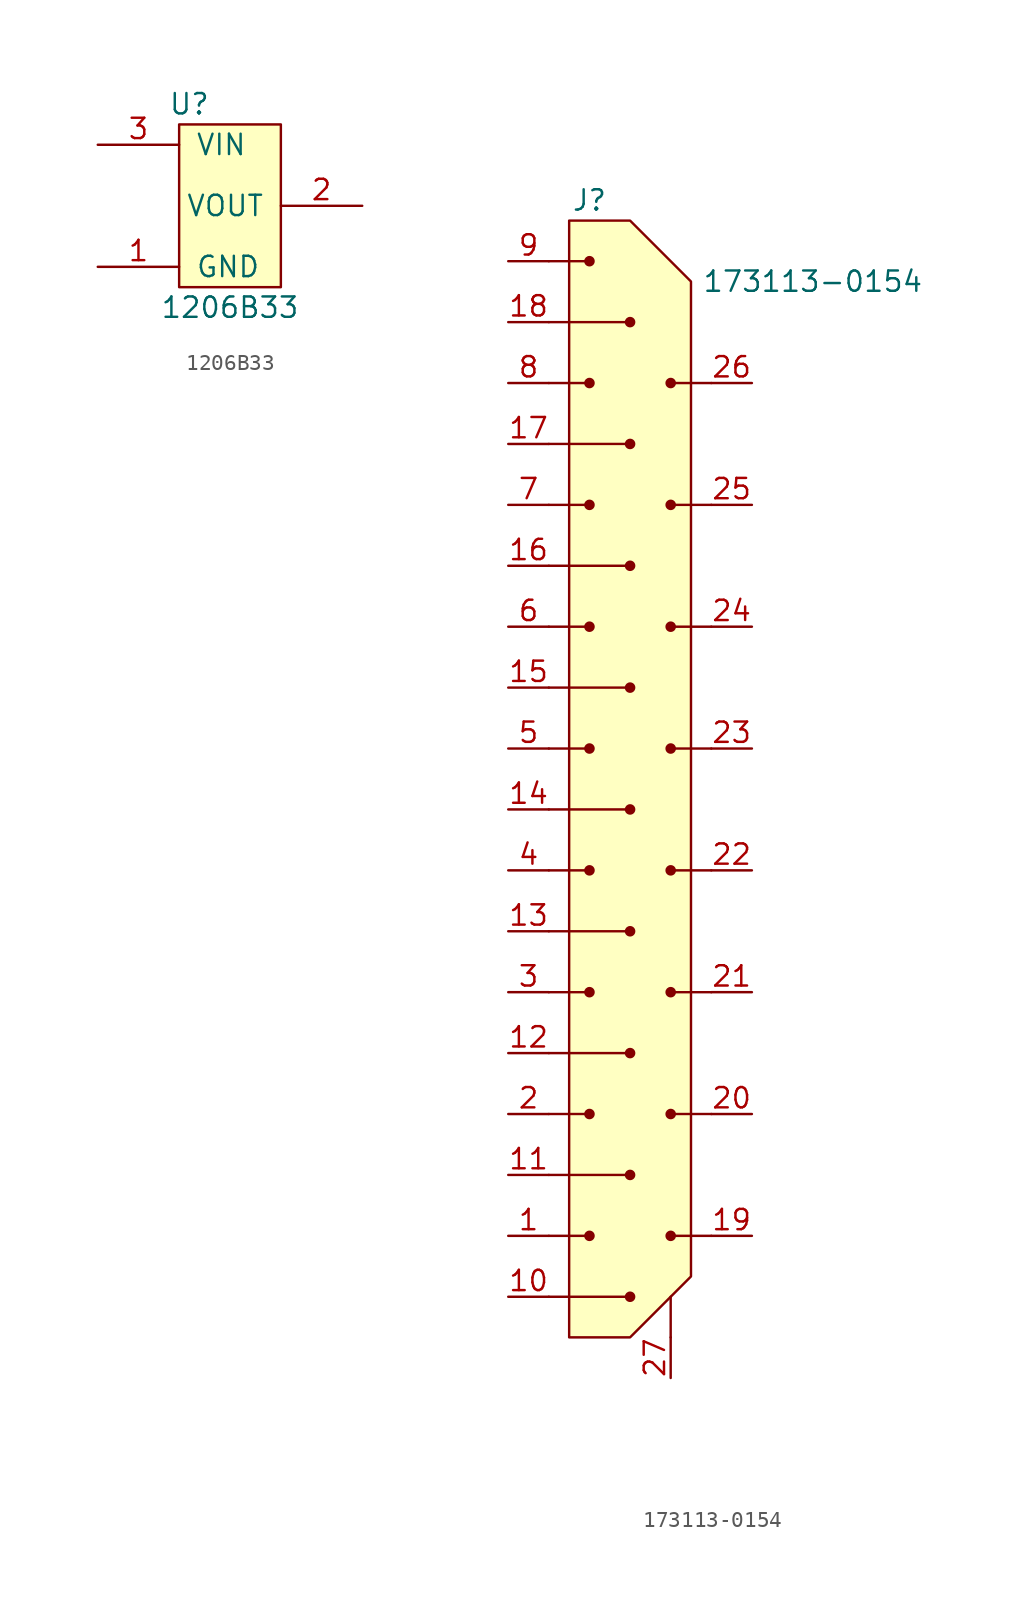
<source format=kicad_sym>
(kicad_symbol_lib
  (version 20211014)
  (generator kicad_symbol_editor)
  (symbol "1206B33"
    (pin_names
      (offset 1.016))
    (property "Reference" "U"
      (at 5.715 2.54 0)
      (effects (font (size 1.27 1.27))))
    (property "Value" "1206B33"
      (at 8.255 -10.16 0)
      (effects (font (size 1.27 1.27))))
    (symbol "1206B33_0_1"
      (rectangle (start 5.08 1.27) (end 11.43 -8.89) (stroke (width 0) (type default) (color 0 0 0 0)) (fill (type background))))
    (symbol "1206B33_1_1"
      (pin input line (at 0 -7.62 0) (length 5.08) (name "GND" (effects (font (size 1.27 1.27)))) (number "1" (effects (font (size 1.27 1.27)))))
      (pin input line (at 16.51 -3.81 180) (length 5.08) (name "VOUT" (effects (font (size 1.27 1.27)))) (number "2" (effects (font (size 1.27 1.27)))))
      (pin input line (at 0 0 0) (length 5.08) (name "VIN" (effects (font (size 1.27 1.27)))) (number "3" (effects (font (size 1.27 1.27)))))))
  (symbol "173113-0154"
    (property "Reference" "J"
      (at 5.08 3.81 0)
      (effects (font (size 1.27 1.27))))
    (property "Value" "173113-0154"
      (at 19.05 -1.27 0)
      (effects (font (size 1.27 1.27))))
    (symbol "173113-0154_0_0"
      (pin unspecified line (at 0 -60.96 0) (length 2.54) (name "" (effects (font (size 1.27 1.27)))) (number "1" (effects (font (size 1.27 1.27)))))
      (pin unspecified line (at 0 -64.77 0) (length 2.54) (name "" (effects (font (size 1.27 1.27)))) (number "10" (effects (font (size 1.27 1.27)))))
      (pin unspecified line (at 0 -57.15 0) (length 2.54) (name "" (effects (font (size 1.27 1.27)))) (number "11" (effects (font (size 1.27 1.27)))))
      (pin unspecified line (at 0 -49.53 0) (length 2.54) (name "" (effects (font (size 1.27 1.27)))) (number "12" (effects (font (size 1.27 1.27)))))
      (pin unspecified line (at 0 -41.91 0) (length 2.54) (name "" (effects (font (size 1.27 1.27)))) (number "13" (effects (font (size 1.27 1.27)))))
      (pin unspecified line (at 0 -34.29 0) (length 2.54) (name "" (effects (font (size 1.27 1.27)))) (number "14" (effects (font (size 1.27 1.27)))))
      (pin unspecified line (at 0 -26.67 0) (length 2.54) (name "" (effects (font (size 1.27 1.27)))) (number "15" (effects (font (size 1.27 1.27)))))
      (pin unspecified line (at 0 -19.05 0) (length 2.54) (name "" (effects (font (size 1.27 1.27)))) (number "16" (effects (font (size 1.27 1.27)))))
      (pin unspecified line (at 0 -11.43 0) (length 2.54) (name "" (effects (font (size 1.27 1.27)))) (number "17" (effects (font (size 1.27 1.27)))))
      (pin unspecified line (at 0 -3.81 0) (length 2.54) (name "" (effects (font (size 1.27 1.27)))) (number "18" (effects (font (size 1.27 1.27)))))
      (pin unspecified line (at 15.24 -60.96 180) (length 2.54) (name "" (effects (font (size 1.27 1.27)))) (number "19" (effects (font (size 1.27 1.27)))))
      (pin unspecified line (at 0 -53.34 0) (length 2.54) (name "" (effects (font (size 1.27 1.27)))) (number "2" (effects (font (size 1.27 1.27)))))
      (pin unspecified line (at 15.24 -53.34 180) (length 2.54) (name "" (effects (font (size 1.27 1.27)))) (number "20" (effects (font (size 1.27 1.27)))))
      (pin unspecified line (at 15.24 -45.72 180) (length 2.54) (name "" (effects (font (size 1.27 1.27)))) (number "21" (effects (font (size 1.27 1.27)))))
      (pin unspecified line (at 15.24 -38.1 180) (length 2.54) (name "" (effects (font (size 1.27 1.27)))) (number "22" (effects (font (size 1.27 1.27)))))
      (pin unspecified line (at 15.24 -30.48 180) (length 2.54) (name "" (effects (font (size 1.27 1.27)))) (number "23" (effects (font (size 1.27 1.27)))))
      (pin unspecified line (at 15.24 -22.86 180) (length 2.54) (name "" (effects (font (size 1.27 1.27)))) (number "24" (effects (font (size 1.27 1.27)))))
      (pin unspecified line (at 15.24 -15.24 180) (length 2.54) (name "" (effects (font (size 1.27 1.27)))) (number "25" (effects (font (size 1.27 1.27)))))
      (pin unspecified line (at 15.24 -7.62 180) (length 2.54) (name "" (effects (font (size 1.27 1.27)))) (number "26" (effects (font (size 1.27 1.27)))))
      (pin unspecified line (at 10.16 -69.85 90) (length 2.54) (name "" (effects (font (size 1.27 1.27)))) (number "27" (effects (font (size 1.27 1.27)))))
      (pin unspecified line (at 0 -45.72 0) (length 2.54) (name "" (effects (font (size 1.27 1.27)))) (number "3" (effects (font (size 1.27 1.27)))))
      (pin unspecified line (at 0 -38.1 0) (length 2.54) (name "" (effects (font (size 1.27 1.27)))) (number "4" (effects (font (size 1.27 1.27)))))
      (pin unspecified line (at 0 -30.48 0) (length 2.54) (name "" (effects (font (size 1.27 1.27)))) (number "5" (effects (font (size 1.27 1.27)))))
      (pin unspecified line (at 0 -22.86 0) (length 2.54) (name "" (effects (font (size 1.27 1.27)))) (number "6" (effects (font (size 1.27 1.27)))))
      (pin unspecified line (at 0 -15.24 0) (length 2.54) (name "" (effects (font (size 1.27 1.27)))) (number "7" (effects (font (size 1.27 1.27)))))
      (pin unspecified line (at 0 -7.62 0) (length 2.54) (name "" (effects (font (size 1.27 1.27)))) (number "8" (effects (font (size 1.27 1.27)))))
      (pin unspecified line (at 0 0 0) (length 2.54) (name "" (effects (font (size 1.27 1.27)))) (number "9" (effects (font (size 1.27 1.27))))))
    (symbol "173113-0154_0_1"
      (polyline (pts (xy 5.08 -60.96) (xy 2.54 -60.96)) (stroke (width 0.152) (type default) (color 0 0 0 0)) (fill (type none)))
      (polyline (pts (xy 5.08 -53.34) (xy 2.54 -53.34)) (stroke (width 0.152) (type default) (color 0 0 0 0)) (fill (type none)))
      (polyline (pts (xy 5.08 -45.72) (xy 2.54 -45.72)) (stroke (width 0.152) (type default) (color 0 0 0 0)) (fill (type none)))
      (polyline (pts (xy 5.08 -38.1) (xy 2.54 -38.1)) (stroke (width 0.152) (type default) (color 0 0 0 0)) (fill (type none)))
      (polyline (pts (xy 5.08 -30.48) (xy 2.54 -30.48)) (stroke (width 0.152) (type default) (color 0 0 0 0)) (fill (type none)))
      (polyline (pts (xy 5.08 -22.86) (xy 2.54 -22.86)) (stroke (width 0.152) (type default) (color 0 0 0 0)) (fill (type none)))
      (polyline (pts (xy 5.08 -15.24) (xy 2.54 -15.24)) (stroke (width 0.152) (type default) (color 0 0 0 0)) (fill (type none)))
      (polyline (pts (xy 5.08 -7.62) (xy 2.54 -7.62)) (stroke (width 0.152) (type default) (color 0 0 0 0)) (fill (type none)))
      (polyline (pts (xy 5.08 0) (xy 2.54 0)) (stroke (width 0.152) (type default) (color 0 0 0 0)) (fill (type none)))
      (polyline (pts (xy 7.62 -64.77) (xy 2.54 -64.77)) (stroke (width 0.152) (type default) (color 0 0 0 0)) (fill (type none)))
      (polyline (pts (xy 7.62 -57.15) (xy 2.54 -57.15)) (stroke (width 0.152) (type default) (color 0 0 0 0)) (fill (type none)))
      (polyline (pts (xy 7.62 -49.53) (xy 2.54 -49.53)) (stroke (width 0.152) (type default) (color 0 0 0 0)) (fill (type none)))
      (polyline (pts (xy 7.62 -41.91) (xy 2.54 -41.91)) (stroke (width 0.152) (type default) (color 0 0 0 0)) (fill (type none)))
      (polyline (pts (xy 7.62 -34.29) (xy 2.54 -34.29)) (stroke (width 0.152) (type default) (color 0 0 0 0)) (fill (type none)))
      (polyline (pts (xy 7.62 -26.67) (xy 2.54 -26.67)) (stroke (width 0.152) (type default) (color 0 0 0 0)) (fill (type none)))
      (polyline (pts (xy 7.62 -19.05) (xy 2.54 -19.05)) (stroke (width 0.152) (type default) (color 0 0 0 0)) (fill (type none)))
      (polyline (pts (xy 7.62 -11.43) (xy 2.54 -11.43)) (stroke (width 0.152) (type default) (color 0 0 0 0)) (fill (type none)))
      (polyline (pts (xy 7.62 -3.81) (xy 2.54 -3.81)) (stroke (width 0.152) (type default) (color 0 0 0 0)) (fill (type none)))
      (polyline (pts (xy 10.16 -64.77) (xy 10.16 -67.31)) (stroke (width 0.152) (type default) (color 0 0 0 0)) (fill (type none)))
      (polyline (pts (xy 10.16 -60.96) (xy 12.7 -60.96)) (stroke (width 0.152) (type default) (color 0 0 0 0)) (fill (type none)))
      (polyline (pts (xy 10.16 -53.34) (xy 12.7 -53.34)) (stroke (width 0.152) (type default) (color 0 0 0 0)) (fill (type none)))
      (polyline (pts (xy 10.16 -45.72) (xy 12.7 -45.72)) (stroke (width 0.152) (type default) (color 0 0 0 0)) (fill (type none)))
      (polyline (pts (xy 10.16 -38.1) (xy 12.7 -38.1)) (stroke (width 0.152) (type default) (color 0 0 0 0)) (fill (type none)))
      (polyline (pts (xy 10.16 -30.48) (xy 12.7 -30.48)) (stroke (width 0.152) (type default) (color 0 0 0 0)) (fill (type none)))
      (polyline (pts (xy 10.16 -22.86) (xy 12.7 -22.86)) (stroke (width 0.152) (type default) (color 0 0 0 0)) (fill (type none)))
      (polyline (pts (xy 10.16 -15.24) (xy 12.7 -15.24)) (stroke (width 0.152) (type default) (color 0 0 0 0)) (fill (type none)))
      (polyline (pts (xy 10.16 -7.62) (xy 12.7 -7.62)) (stroke (width 0.152) (type default) (color 0 0 0 0)) (fill (type none)))
      (polyline (pts (xy 3.81 2.54) (xy 3.81 -67.31) (xy 6.35 -67.31) (xy 7.62 -67.31) (xy 11.43 -63.5) (xy 11.43 -5.08) (xy 11.43 -1.27) (xy 7.62 2.54) (xy 3.81 2.54)) (stroke (width 0.152) (type default) (color 0 0 0 0)) (fill (type background)))
      (circle (center 5.08 -60.96) (radius 0.254) (stroke (width 0.152) (type default) (color 0 0 0 0)) (fill (type outline)))
      (circle (center 5.08 -53.34) (radius 0.254) (stroke (width 0.152) (type default) (color 0 0 0 0)) (fill (type outline)))
      (circle (center 5.08 -45.72) (radius 0.254) (stroke (width 0.152) (type default) (color 0 0 0 0)) (fill (type outline)))
      (circle (center 5.08 -38.1) (radius 0.254) (stroke (width 0.152) (type default) (color 0 0 0 0)) (fill (type outline)))
      (circle (center 5.08 -30.48) (radius 0.254) (stroke (width 0.152) (type default) (color 0 0 0 0)) (fill (type outline)))
      (circle (center 5.08 -22.86) (radius 0.254) (stroke (width 0.152) (type default) (color 0 0 0 0)) (fill (type outline)))
      (circle (center 5.08 -15.24) (radius 0.254) (stroke (width 0.152) (type default) (color 0 0 0 0)) (fill (type outline)))
      (circle (center 5.08 -7.62) (radius 0.254) (stroke (width 0.152) (type default) (color 0 0 0 0)) (fill (type outline)))
      (circle (center 5.08 0) (radius 0.254) (stroke (width 0.152) (type default) (color 0 0 0 0)) (fill (type outline)))
      (circle (center 7.62 -64.77) (radius 0.254) (stroke (width 0.152) (type default) (color 0 0 0 0)) (fill (type outline)))
      (circle (center 7.62 -57.15) (radius 0.254) (stroke (width 0.152) (type default) (color 0 0 0 0)) (fill (type outline)))
      (circle (center 7.62 -49.53) (radius 0.254) (stroke (width 0.152) (type default) (color 0 0 0 0)) (fill (type outline)))
      (circle (center 7.62 -41.91) (radius 0.254) (stroke (width 0.152) (type default) (color 0 0 0 0)) (fill (type outline)))
      (circle (center 7.62 -34.29) (radius 0.254) (stroke (width 0.152) (type default) (color 0 0 0 0)) (fill (type outline)))
      (circle (center 7.62 -26.67) (radius 0.254) (stroke (width 0.152) (type default) (color 0 0 0 0)) (fill (type outline)))
      (circle (center 7.62 -19.05) (radius 0.254) (stroke (width 0.152) (type default) (color 0 0 0 0)) (fill (type outline)))
      (circle (center 7.62 -11.43) (radius 0.254) (stroke (width 0.152) (type default) (color 0 0 0 0)) (fill (type outline)))
      (circle (center 7.62 -3.81) (radius 0.254) (stroke (width 0.152) (type default) (color 0 0 0 0)) (fill (type outline)))
      (circle (center 10.16 -60.96) (radius 0.254) (stroke (width 0.152) (type default) (color 0 0 0 0)) (fill (type outline)))
      (circle (center 10.16 -53.34) (radius 0.254) (stroke (width 0.152) (type default) (color 0 0 0 0)) (fill (type outline)))
      (circle (center 10.16 -45.72) (radius 0.254) (stroke (width 0.152) (type default) (color 0 0 0 0)) (fill (type outline)))
      (circle (center 10.16 -38.1) (radius 0.254) (stroke (width 0.152) (type default) (color 0 0 0 0)) (fill (type outline)))
      (circle (center 10.16 -30.48) (radius 0.254) (stroke (width 0.152) (type default) (color 0 0 0 0)) (fill (type outline)))
      (circle (center 10.16 -22.86) (radius 0.254) (stroke (width 0.152) (type default) (color 0 0 0 0)) (fill (type outline)))
      (circle (center 10.16 -15.24) (radius 0.254) (stroke (width 0.152) (type default) (color 0 0 0 0)) (fill (type outline)))
      (circle (center 10.16 -7.62) (radius 0.254) (stroke (width 0.152) (type default) (color 0 0 0 0)) (fill (type outline))))))
</source>
